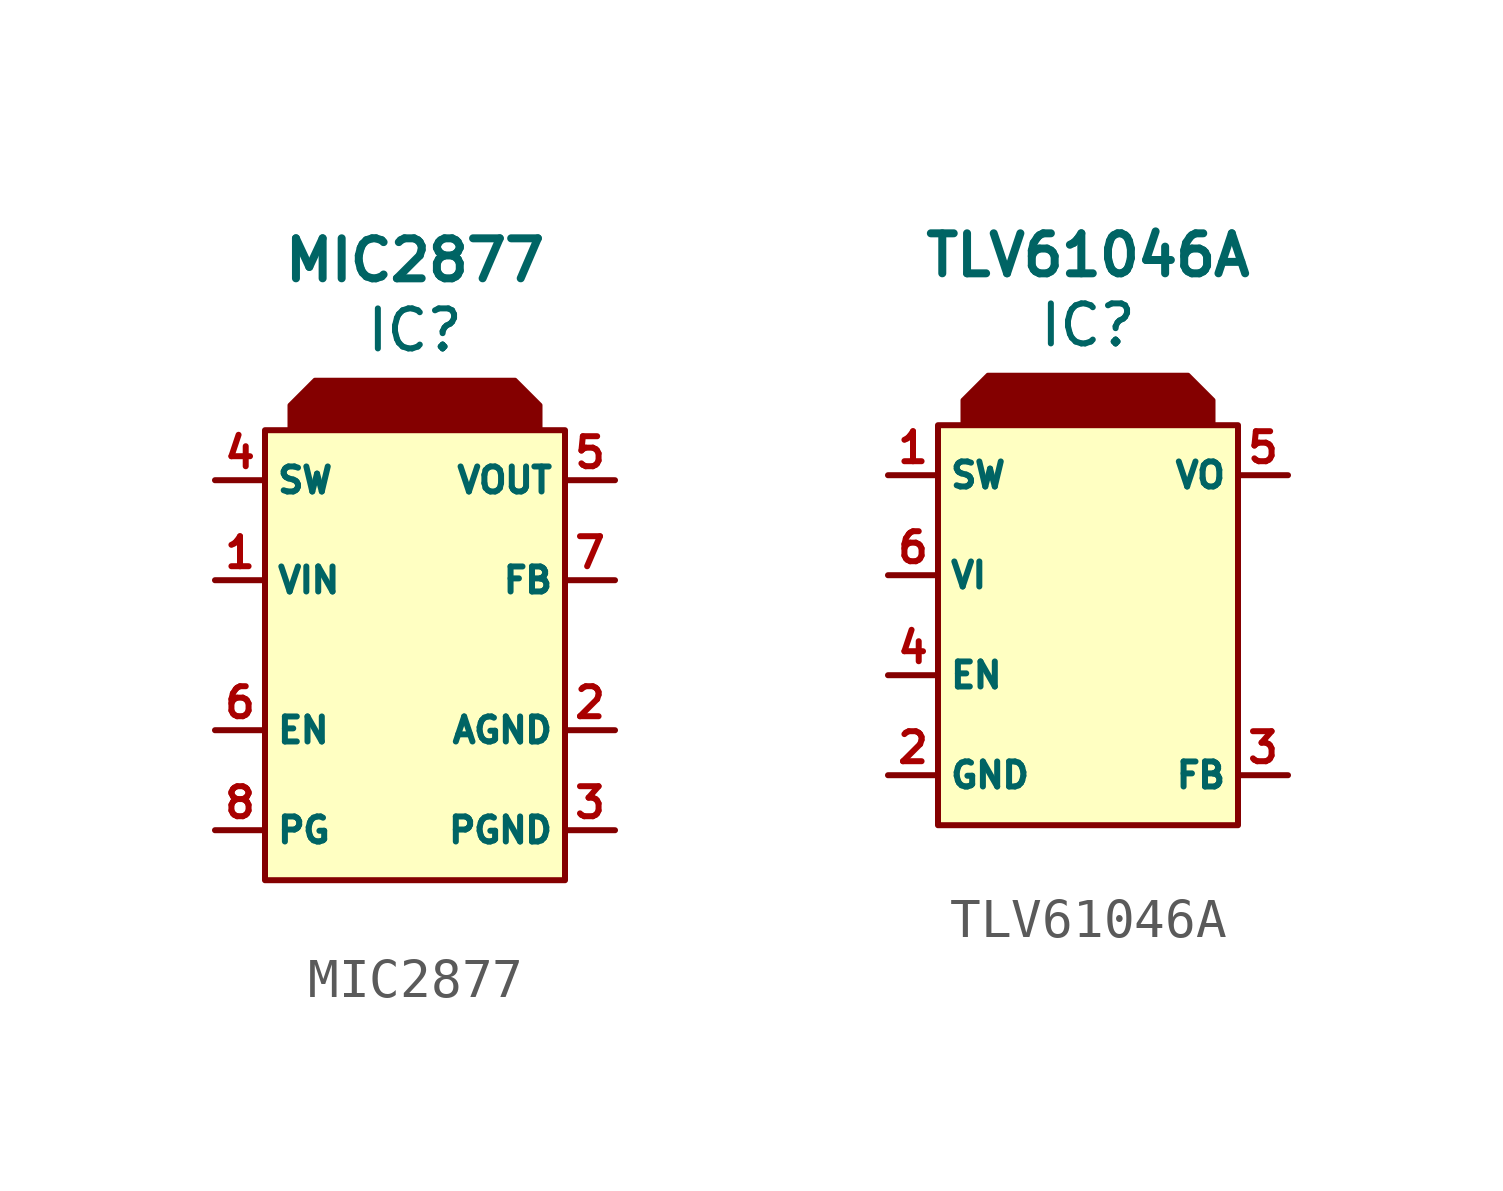
<source format=kicad_sym>
(kicad_symbol_lib
  (version 20220914)
  (generator kicad_symbol_editor)
  (symbol "MIC2877"
    (pin_names
      (offset 0.254))
    (property "Reference" "IC"
      (at 0 8.89 0)
      (effects (font (size 1.016 1.016))))
    (property "Value" "MIC2877"
      (at 0 10.668 0)
      (effects (font (size 1.016 1.016) bold)))
    (symbol "MIC2877_1_1"
      (rectangle (start -3.81 6.35) (end 3.81 -5.08) (stroke (width 0) (type solid)) (fill (type background)))
      (polyline (pts (xy -3.175 6.35) (xy -3.175 6.985) (xy -2.54 7.62) (xy 2.54 7.62) (xy 3.175 6.985) (xy 3.175 6.35)) (stroke (width 0.127) (type solid)) (fill (type outline)))
      (pin power_in line (at -5.08 2.54 0) (length 1.27) (name "VIN" (effects (font (size 0.635 0.635)))) (number "1" (effects (font (size 0.762 0.762)))))
      (pin power_in line (at 5.08 -1.27 180) (length 1.27) (name "AGND" (effects (font (size 0.635 0.635)))) (number "2" (effects (font (size 0.762 0.762)))))
      (pin passive line (at 5.08 -3.81 180) (length 1.27) (name "PGND" (effects (font (size 0.635 0.635)))) (number "3" (effects (font (size 0.762 0.762)))))
      (pin power_out line (at -5.08 5.08 0) (length 1.27) (name "SW" (effects (font (size 0.635 0.635)))) (number "4" (effects (font (size 0.762 0.762)))))
      (pin power_out line (at 5.08 5.08 180) (length 1.27) (name "VOUT" (effects (font (size 0.635 0.635)))) (number "5" (effects (font (size 0.762 0.762)))))
      (pin passive line (at -5.08 -1.27 0) (length 1.27) (name "EN" (effects (font (size 0.635 0.635)))) (number "6" (effects (font (size 0.762 0.762)))))
      (pin passive line (at 5.08 2.54 180) (length 1.27) (name "FB" (effects (font (size 0.635 0.635)))) (number "7" (effects (font (size 0.762 0.762)))))
      (pin input line (at -5.08 -3.81 0) (length 1.27) (name "PG" (effects (font (size 0.635 0.635)))) (number "8" (effects (font (size 0.762 0.762)))))))
  (symbol "TLV61046A"
    (pin_names
      (offset 0.254))
    (property "Reference" "IC"
      (at 0 7.62 0)
      (effects (font (size 1.016 1.016))))
    (property "Value" "TLV61046A"
      (at 0 9.398 0)
      (effects (font (size 1.016 1.016) bold)))
    (symbol "TLV61046A_0_1"
      (rectangle (start -3.81 5.08) (end 3.81 -5.08) (stroke (width 0) (type solid)) (fill (type background))))
    (symbol "TLV61046A_1_1"
      (polyline (pts (xy -3.175 5.08) (xy -3.175 5.715) (xy -2.54 6.35) (xy 2.54 6.35) (xy 3.175 5.715) (xy 3.175 5.08)) (stroke (width 0.127) (type solid)) (fill (type outline)))
      (pin passive line (at -5.08 3.81 0) (length 1.27) (name "SW" (effects (font (size 0.635 0.635)))) (number "1" (effects (font (size 0.762 0.762)))))
      (pin power_in line (at -5.08 -3.81 0) (length 1.27) (name "GND" (effects (font (size 0.635 0.635)))) (number "2" (effects (font (size 0.762 0.762)))))
      (pin passive line (at 5.08 -3.81 180) (length 1.27) (name "FB" (effects (font (size 0.635 0.635)))) (number "3" (effects (font (size 0.762 0.762)))))
      (pin input line (at -5.08 -1.27 0) (length 1.27) (name "EN" (effects (font (size 0.635 0.635)))) (number "4" (effects (font (size 0.762 0.762)))))
      (pin power_out line (at 5.08 3.81 180) (length 1.27) (name "VO" (effects (font (size 0.635 0.635)))) (number "5" (effects (font (size 0.762 0.762)))))
      (pin power_in line (at -5.08 1.27 0) (length 1.27) (name "VI" (effects (font (size 0.635 0.635)))) (number "6" (effects (font (size 0.762 0.762))))))))
</source>
